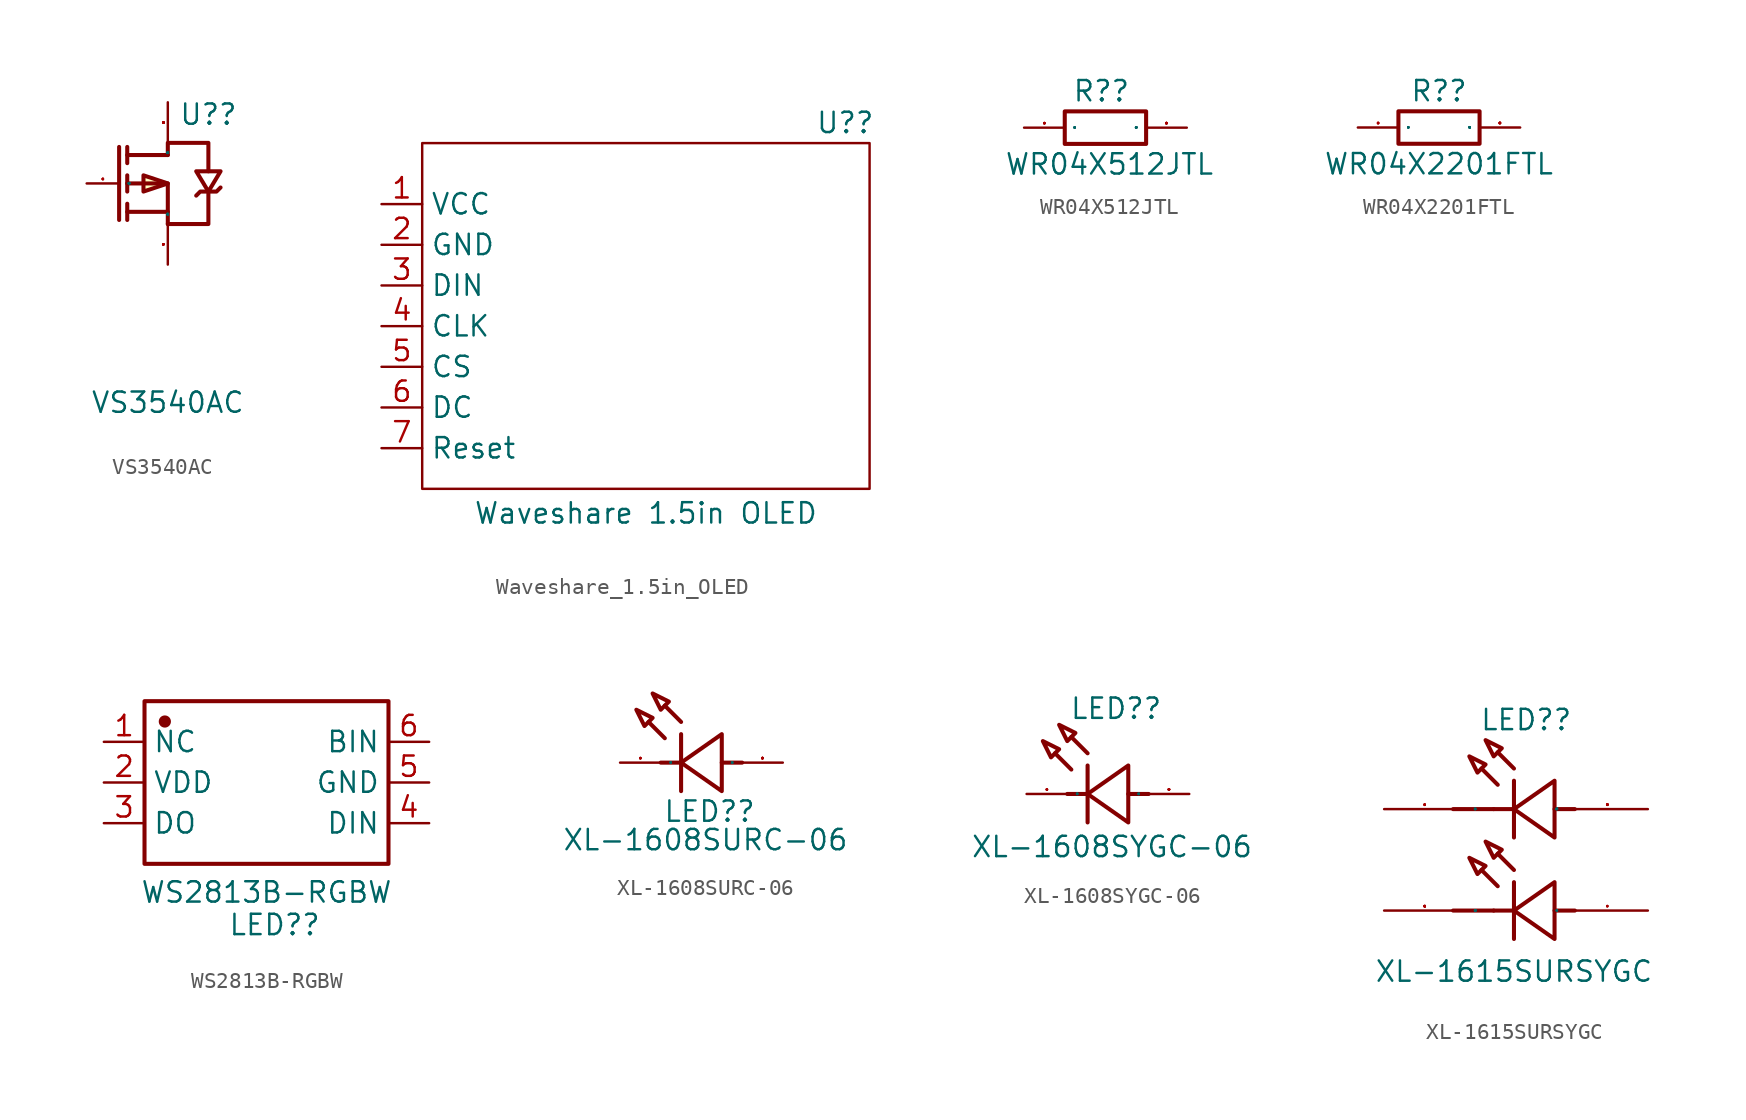
<source format=kicad_sym>
(kicad_symbol_lib
  (version 20231120)
  (generator "kicad_symbol_editor")
  (generator_version "8.0")
  (symbol "VS3540AC"
    (property "Reference" "U?"
      (at 2.54 4.318 0)
      (effects (font (size 1.27 1.27))))
    (property "Value" "VS3540AC"
      (at 0 -13.716 0)
      (effects (font (size 1.27 1.27))))
    (symbol "VS3540AC_0_0"
      (polyline (pts (xy -3.048 2.286) (xy -3.048 -2.286)) (stroke (width 0.254) (type solid)) (fill (type none)))
      (polyline (pts (xy -2.54 -2.286) (xy -2.54 -1.27)) (stroke (width 0.254) (type solid)) (fill (type none)))
      (polyline (pts (xy -2.54 -0.508) (xy -2.54 0.508)) (stroke (width 0.254) (type solid)) (fill (type none)))
      (polyline (pts (xy -2.54 1.27) (xy -2.54 2.286)) (stroke (width 0.254) (type solid)) (fill (type none)))
      (polyline (pts (xy 0 -1.778) (xy -2.54 -1.778)) (stroke (width 0.254) (type solid)) (fill (type none)))
      (polyline (pts (xy 0 1.778) (xy -2.54 1.778)) (stroke (width 0.254) (type solid)) (fill (type none)))
      (polyline (pts (xy -2.54 0) (xy 0 0) (xy 0 -2.54)) (stroke (width 0.254) (type solid)) (fill (type none)))
      (polyline (pts (xy 0 -2.54) (xy 2.54 -2.54) (xy 2.54 -0.508)) (stroke (width 0.254) (type solid)) (fill (type none)))
      (polyline (pts (xy 0 0) (xy -1.524 0.508) (xy -1.524 -0.508) (xy 0 0)) (stroke (width 0.254) (type solid)) (fill (type background)))
      (polyline (pts (xy 0 1.778) (xy 0 2.54) (xy 2.54 2.54) (xy 2.54 0.762)) (stroke (width 0.254) (type solid)) (fill (type none)))
      (polyline (pts (xy 2.54 -0.508) (xy 3.302 0.762) (xy 1.778 0.762) (xy 2.54 -0.508)) (stroke (width 0.254) (type solid)) (fill (type none)))
      (polyline (pts (xy 3.302 -0.254) (xy 3.048 -0.508) (xy 2.032 -0.508) (xy 1.778 -0.762)) (stroke (width 0.254) (type solid)) (fill (type none)))
      (pin unspecified line (at -5.08 0 0) (length 2.032) (name "G" (effects (font (size 0.025 0.025)))) (number "1" (effects (font (size 0.025 0.025)))))
      (pin unspecified line (at 0 -5.08 90) (length 2.54) (name "S" (effects (font (size 0.025 0.025)))) (number "2" (effects (font (size 0.025 0.025)))))
      (pin unspecified line (at 0 5.08 270) (length 2.54) (name "D" (effects (font (size 0.025 0.025)))) (number "3" (effects (font (size 0.025 0.025)))))))
  (symbol "Waveshare_1.5in_OLED"
    (property "Reference" "U?"
      (at 13.716 12.7 0)
      (effects (font (size 1.27 1.27))))
    (property "Value" "Waveshare 1.5in OLED"
      (at 1.27 -11.684 0)
      (effects (font (size 1.27 1.27))))
    (symbol "Waveshare_1.5in_OLED_0_1"
      (rectangle (start -12.7 11.43) (end 15.24 -10.16) (stroke (width 0) (type default)) (fill (type none))))
    (symbol "Waveshare_1.5in_OLED_1_1"
      (pin power_in line (at -15.24 7.62 0) (length 2.54) (name "VCC" (effects (font (size 1.27 1.27)))) (number "1" (effects (font (size 1.27 1.27)))))
      (pin power_in line (at -15.24 5.08 0) (length 2.54) (name "GND" (effects (font (size 1.27 1.27)))) (number "2" (effects (font (size 1.27 1.27)))))
      (pin input line (at -15.24 2.54 0) (length 2.54) (name "DIN" (effects (font (size 1.27 1.27)))) (number "3" (effects (font (size 1.27 1.27)))))
      (pin input line (at -15.24 0 0) (length 2.54) (name "CLK" (effects (font (size 1.27 1.27)))) (number "4" (effects (font (size 1.27 1.27)))))
      (pin input line (at -15.24 -2.54 0) (length 2.54) (name "CS" (effects (font (size 1.27 1.27)))) (number "5" (effects (font (size 1.27 1.27)))))
      (pin input line (at -15.24 -5.08 0) (length 2.54) (name "DC" (effects (font (size 1.27 1.27)))) (number "6" (effects (font (size 1.27 1.27)))))
      (pin input line (at -15.24 -7.62 0) (length 2.54) (name "Reset" (effects (font (size 1.27 1.27)))) (number "7" (effects (font (size 1.27 1.27)))))))
  (symbol "WR04X512JTL"
    (property "Reference" "R?"
      (at -0.254 2.286 0)
      (effects (font (size 1.27 1.27))))
    (property "Value" "WR04X512JTL"
      (at 0.254 -2.286 0)
      (effects (font (size 1.27 1.27))))
    (symbol "WR04X512JTL_0_0"
      (rectangle (start -2.54 1.016) (end 2.54 -1.016) (stroke (width 0.254) (type solid)) (fill (type none)))
      (pin unspecified line (at -5.08 0 0) (length 2.54) (name "1" (effects (font (size 0.025 0.025)))) (number "1" (effects (font (size 0.025 0.025)))))
      (pin unspecified line (at 5.08 0 180) (length 2.54) (name "2" (effects (font (size 0.025 0.025)))) (number "2" (effects (font (size 0.025 0.025)))))))
  (symbol "WR04X2201FTL"
    (property "Reference" "R?"
      (at 0 2.286 0)
      (effects (font (size 1.27 1.27))))
    (property "Value" "WR04X2201FTL"
      (at 0 -2.286 0)
      (effects (font (size 1.27 1.27))))
    (symbol "WR04X2201FTL_0_0"
      (rectangle (start -2.54 1.016) (end 2.54 -1.016) (stroke (width 0.254) (type solid)) (fill (type none)))
      (pin unspecified line (at -5.08 0 0) (length 2.54) (name "1" (effects (font (size 0.025 0.025)))) (number "1" (effects (font (size 0.025 0.025)))))
      (pin unspecified line (at 5.08 0 180) (length 2.54) (name "2" (effects (font (size 0.025 0.025)))) (number "2" (effects (font (size 0.025 0.025)))))))
  (symbol "WS2813B-RGBW"
    (property "Reference" "LED?"
      (at 0.508 -8.89 0)
      (effects (font (size 1.27 1.27))))
    (property "Value" "WS2813B-RGBW"
      (at 0 -6.858 0)
      (effects (font (size 1.27 1.27))))
    (symbol "WS2813B-RGBW_0_0"
      (rectangle (start -7.62 5.08) (end 7.62 -5.08) (stroke (width 0.254) (type solid)) (fill (type none)))
      (circle (center -6.35 3.81) (radius 0.254) (stroke (width 0.254) (type solid)) (fill (type outline)))
      (pin unspecified line (at -10.16 2.54 0) (length 2.54) (name "NC" (effects (font (size 1.27 1.27)))) (number "1" (effects (font (size 1.27 1.27)))))
      (pin unspecified line (at -10.16 0 0) (length 2.54) (name "VDD" (effects (font (size 1.27 1.27)))) (number "2" (effects (font (size 1.27 1.27)))))
      (pin unspecified line (at -10.16 -2.54 0) (length 2.54) (name "DO" (effects (font (size 1.27 1.27)))) (number "3" (effects (font (size 1.27 1.27)))))
      (pin unspecified line (at 10.16 -2.54 180) (length 2.54) (name "DIN" (effects (font (size 1.27 1.27)))) (number "4" (effects (font (size 1.27 1.27)))))
      (pin unspecified line (at 10.16 0 180) (length 2.54) (name "GND" (effects (font (size 1.27 1.27)))) (number "5" (effects (font (size 1.27 1.27)))))
      (pin unspecified line (at 10.16 2.54 180) (length 2.54) (name "BIN" (effects (font (size 1.27 1.27)))) (number "6" (effects (font (size 1.27 1.27)))))))
  (symbol "XL-1608SURC-06"
    (property "Reference" "LED?"
      (at 0.508 -3.048 0)
      (effects (font (size 1.27 1.27))))
    (property "Value" "XL-1608SURC-06"
      (at 0.254 -4.826 0)
      (effects (font (size 1.27 1.27))))
    (symbol "XL-1608SURC-06_0_0"
      (polyline (pts (xy -2.286 1.524) (xy -3.302 2.54)) (stroke (width 0.254) (type solid)) (fill (type outline)))
      (polyline (pts (xy -1.27 0) (xy -2.54 0)) (stroke (width 0.254) (type solid)) (fill (type none)))
      (polyline (pts (xy -1.27 1.778) (xy -1.27 -1.778)) (stroke (width 0.254) (type solid)) (fill (type none)))
      (polyline (pts (xy -1.27 2.54) (xy -2.286 3.556)) (stroke (width 0.254) (type solid)) (fill (type outline)))
      (polyline (pts (xy 2.54 0) (xy 1.27 0)) (stroke (width 0.254) (type solid)) (fill (type none)))
      (polyline (pts (xy -4.064 3.302) (xy -3.048 2.794) (xy -3.556 2.286) (xy -4.064 3.302)) (stroke (width 0.254) (type solid)) (fill (type none)))
      (polyline (pts (xy -3.048 4.318) (xy -2.032 3.81) (xy -2.54 3.302) (xy -3.048 4.318)) (stroke (width 0.254) (type solid)) (fill (type none)))
      (polyline (pts (xy 1.27 1.778) (xy -1.27 0) (xy 1.27 -1.778) (xy 1.27 1.778)) (stroke (width 0.254) (type solid)) (fill (type none)))
      (pin unspecified line (at -5.08 0 0) (length 2.54) (name "K" (effects (font (size 0.025 0.025)))) (number "1" (effects (font (size 0.025 0.025)))))
      (pin unspecified line (at 5.08 0 180) (length 2.54) (name "A" (effects (font (size 0.025 0.025)))) (number "2" (effects (font (size 0.025 0.025)))))))
  (symbol "XL-1608SYGC-06"
    (property "Reference" "LED?"
      (at 0.508 5.334 0)
      (effects (font (size 1.27 1.27))))
    (property "Value" "XL-1608SYGC-06"
      (at 0.254 -3.302 0)
      (effects (font (size 1.27 1.27))))
    (symbol "XL-1608SYGC-06_0_0"
      (polyline (pts (xy -2.286 1.524) (xy -3.302 2.54)) (stroke (width 0.254) (type solid)) (fill (type outline)))
      (polyline (pts (xy -1.27 0) (xy -2.54 0)) (stroke (width 0.254) (type solid)) (fill (type none)))
      (polyline (pts (xy -1.27 1.778) (xy -1.27 -1.778)) (stroke (width 0.254) (type solid)) (fill (type none)))
      (polyline (pts (xy -1.27 2.54) (xy -2.286 3.556)) (stroke (width 0.254) (type solid)) (fill (type outline)))
      (polyline (pts (xy 2.54 0) (xy 1.27 0)) (stroke (width 0.254) (type solid)) (fill (type none)))
      (polyline (pts (xy -4.064 3.302) (xy -3.048 2.794) (xy -3.556 2.286) (xy -4.064 3.302)) (stroke (width 0.254) (type solid)) (fill (type none)))
      (polyline (pts (xy -3.048 4.318) (xy -2.032 3.81) (xy -2.54 3.302) (xy -3.048 4.318)) (stroke (width 0.254) (type solid)) (fill (type none)))
      (polyline (pts (xy 1.27 1.778) (xy -1.27 0) (xy 1.27 -1.778) (xy 1.27 1.778)) (stroke (width 0.254) (type solid)) (fill (type none)))
      (pin unspecified line (at -5.08 0 0) (length 2.54) (name "K" (effects (font (size 0.025 0.025)))) (number "1" (effects (font (size 0.025 0.025)))))
      (pin unspecified line (at 5.08 0 180) (length 2.54) (name "A" (effects (font (size 0.025 0.025)))) (number "2" (effects (font (size 0.025 0.025)))))))
  (symbol "XL-1615SURSYGC"
    (property "Reference" "LED?"
      (at 1.27 8.128 0)
      (effects (font (size 1.27 1.27))))
    (property "Value" "XL-1615SURSYGC"
      (at 0.508 -7.62 0)
      (effects (font (size 1.27 1.27))))
    (symbol "XL-1615SURSYGC_0_0"
      (polyline (pts (xy -0.762 -3.81) (xy -3.302 -3.81)) (stroke (width 0.254) (type solid)) (fill (type none)))
      (polyline (pts (xy -0.762 2.54) (xy -3.302 2.54)) (stroke (width 0.254) (type solid)) (fill (type none)))
      (polyline (pts (xy -0.508 -2.286) (xy -1.524 -1.27)) (stroke (width 0.254) (type solid)) (fill (type outline)))
      (polyline (pts (xy -0.508 4.064) (xy -1.524 5.08)) (stroke (width 0.254) (type solid)) (fill (type outline)))
      (polyline (pts (xy 0.508 -3.81) (xy -0.762 -3.81)) (stroke (width 0.254) (type solid)) (fill (type none)))
      (polyline (pts (xy 0.508 -2.032) (xy 0.508 -5.588)) (stroke (width 0.254) (type solid)) (fill (type none)))
      (polyline (pts (xy 0.508 -1.27) (xy -0.508 -0.254)) (stroke (width 0.254) (type solid)) (fill (type outline)))
      (polyline (pts (xy 0.508 2.54) (xy -0.762 2.54)) (stroke (width 0.254) (type solid)) (fill (type none)))
      (polyline (pts (xy 0.508 4.318) (xy 0.508 0.762)) (stroke (width 0.254) (type solid)) (fill (type none)))
      (polyline (pts (xy 0.508 5.08) (xy -0.508 6.096)) (stroke (width 0.254) (type solid)) (fill (type outline)))
      (polyline (pts (xy 4.318 -3.81) (xy 3.048 -3.81)) (stroke (width 0.254) (type solid)) (fill (type none)))
      (polyline (pts (xy 4.318 2.54) (xy 3.048 2.54)) (stroke (width 0.254) (type solid)) (fill (type none)))
      (polyline (pts (xy -2.286 -0.508) (xy -1.27 -1.016) (xy -1.778 -1.524) (xy -2.286 -0.508)) (stroke (width 0.254) (type solid)) (fill (type none)))
      (polyline (pts (xy -2.286 5.842) (xy -1.27 5.334) (xy -1.778 4.826) (xy -2.286 5.842)) (stroke (width 0.254) (type solid)) (fill (type none)))
      (polyline (pts (xy -1.27 0.508) (xy -0.254 0) (xy -0.762 -0.508) (xy -1.27 0.508)) (stroke (width 0.254) (type solid)) (fill (type none)))
      (polyline (pts (xy -1.27 6.858) (xy -0.254 6.35) (xy -0.762 5.842) (xy -1.27 6.858)) (stroke (width 0.254) (type solid)) (fill (type none)))
      (polyline (pts (xy 3.048 -2.032) (xy 0.508 -3.81) (xy 3.048 -5.588) (xy 3.048 -2.032)) (stroke (width 0.254) (type solid)) (fill (type none)))
      (polyline (pts (xy 3.048 4.318) (xy 0.508 2.54) (xy 3.048 0.762) (xy 3.048 4.318)) (stroke (width 0.254) (type solid)) (fill (type none)))
      (pin unspecified line (at -7.62 2.54 0) (length 5.08) (name "1" (effects (font (size 0.025 0.025)))) (number "1" (effects (font (size 0.025 0.025)))))
      (pin unspecified line (at 8.89 2.54 180) (length 5.08) (name "2" (effects (font (size 0.025 0.025)))) (number "2" (effects (font (size 0.025 0.025)))))
      (pin unspecified line (at -7.62 -3.81 0) (length 5.08) (name "3" (effects (font (size 0.025 0.025)))) (number "3" (effects (font (size 0.025 0.025)))))
      (pin unspecified line (at 8.89 -3.81 180) (length 5.08) (name "4" (effects (font (size 0.025 0.025)))) (number "4" (effects (font (size 0.025 0.025))))))))
</source>
